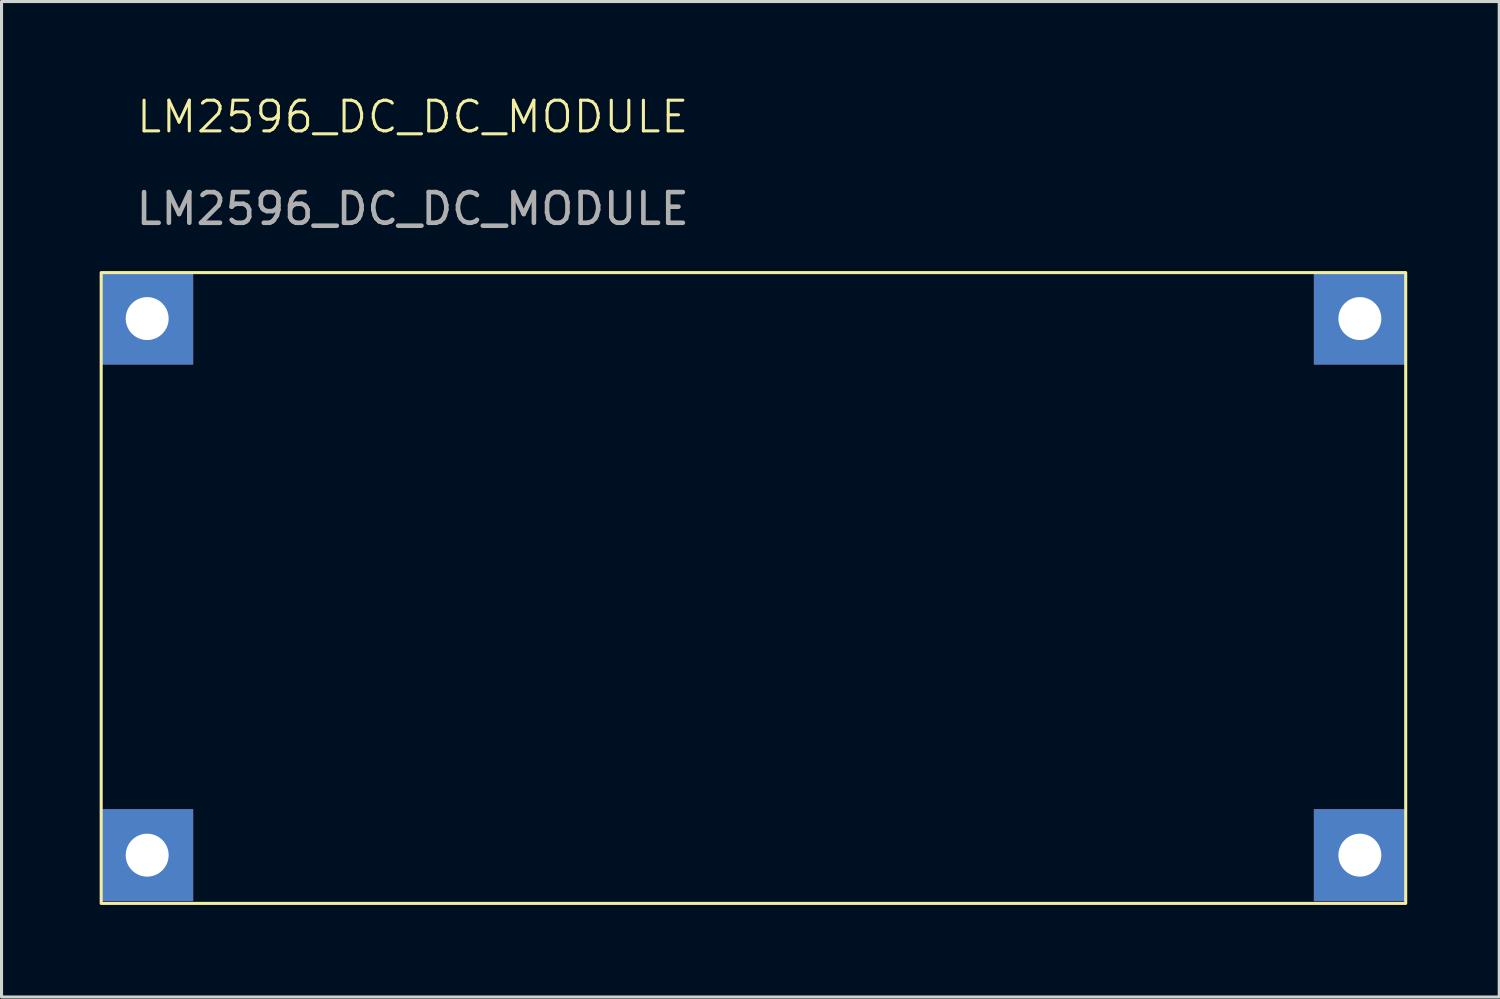
<source format=kicad_pcb>
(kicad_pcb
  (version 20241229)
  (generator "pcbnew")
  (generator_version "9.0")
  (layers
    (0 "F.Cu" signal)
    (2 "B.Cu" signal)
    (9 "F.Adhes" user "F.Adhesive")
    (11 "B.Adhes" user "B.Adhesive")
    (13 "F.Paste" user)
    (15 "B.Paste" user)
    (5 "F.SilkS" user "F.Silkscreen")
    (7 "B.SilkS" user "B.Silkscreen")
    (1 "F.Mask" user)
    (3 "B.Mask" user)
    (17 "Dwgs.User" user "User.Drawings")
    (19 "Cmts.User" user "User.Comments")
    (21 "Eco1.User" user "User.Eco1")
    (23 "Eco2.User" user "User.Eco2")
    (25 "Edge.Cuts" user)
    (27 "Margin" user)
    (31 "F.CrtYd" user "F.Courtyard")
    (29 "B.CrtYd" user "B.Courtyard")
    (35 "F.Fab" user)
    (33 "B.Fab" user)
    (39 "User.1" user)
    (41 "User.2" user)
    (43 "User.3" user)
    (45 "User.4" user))
  (footprint "LM2596_DC_DC_MODULE"
    (layer "F.Cu")
    (at 0.25 5.84)
    (property "Reference" "LM2596_DC_DC_MODULE" (at 10.16 -5.08 0) (unlocked yes) (layer "F.SilkS") (effects (font (size 1 1) (thickness 0.1))))
    (attr through_hole)
    (fp_rect (start 0 0) (end 42.545 20.574) (stroke (width 0.1) (type default)) (fill no) (layer "F.SilkS"))
    (fp_text user "${REFERENCE}" (at 10.16 -2.08 0) (unlocked yes) (layer "F.Fab") (effects (font (size 1 1) (thickness 0.15))))
    (pad "1" thru_hole rect (at 1.5 1.5) (size 3 3) (drill 1.4) (layers "*.Cu" "*.Mask"))
    (pad "2" thru_hole rect (at 41.05 1.5) (size 3 3) (drill 1.4) (layers "*.Cu" "*.Mask"))
    (pad "3" thru_hole rect (at 1.5 19) (size 3 3) (drill 1.4) (layers "*.Cu" "*.Mask"))
    (pad "4" thru_hole rect (at 41.05 19) (size 3 3) (drill 1.4) (layers "*.Cu" "*.Mask")))
  (gr_rect
    (start -3 -3)
    (end 45.845 29.465)
    (stroke (width 0.1) (type default))
    (fill no)
    (layer "Edge.Cuts")))
</source>
